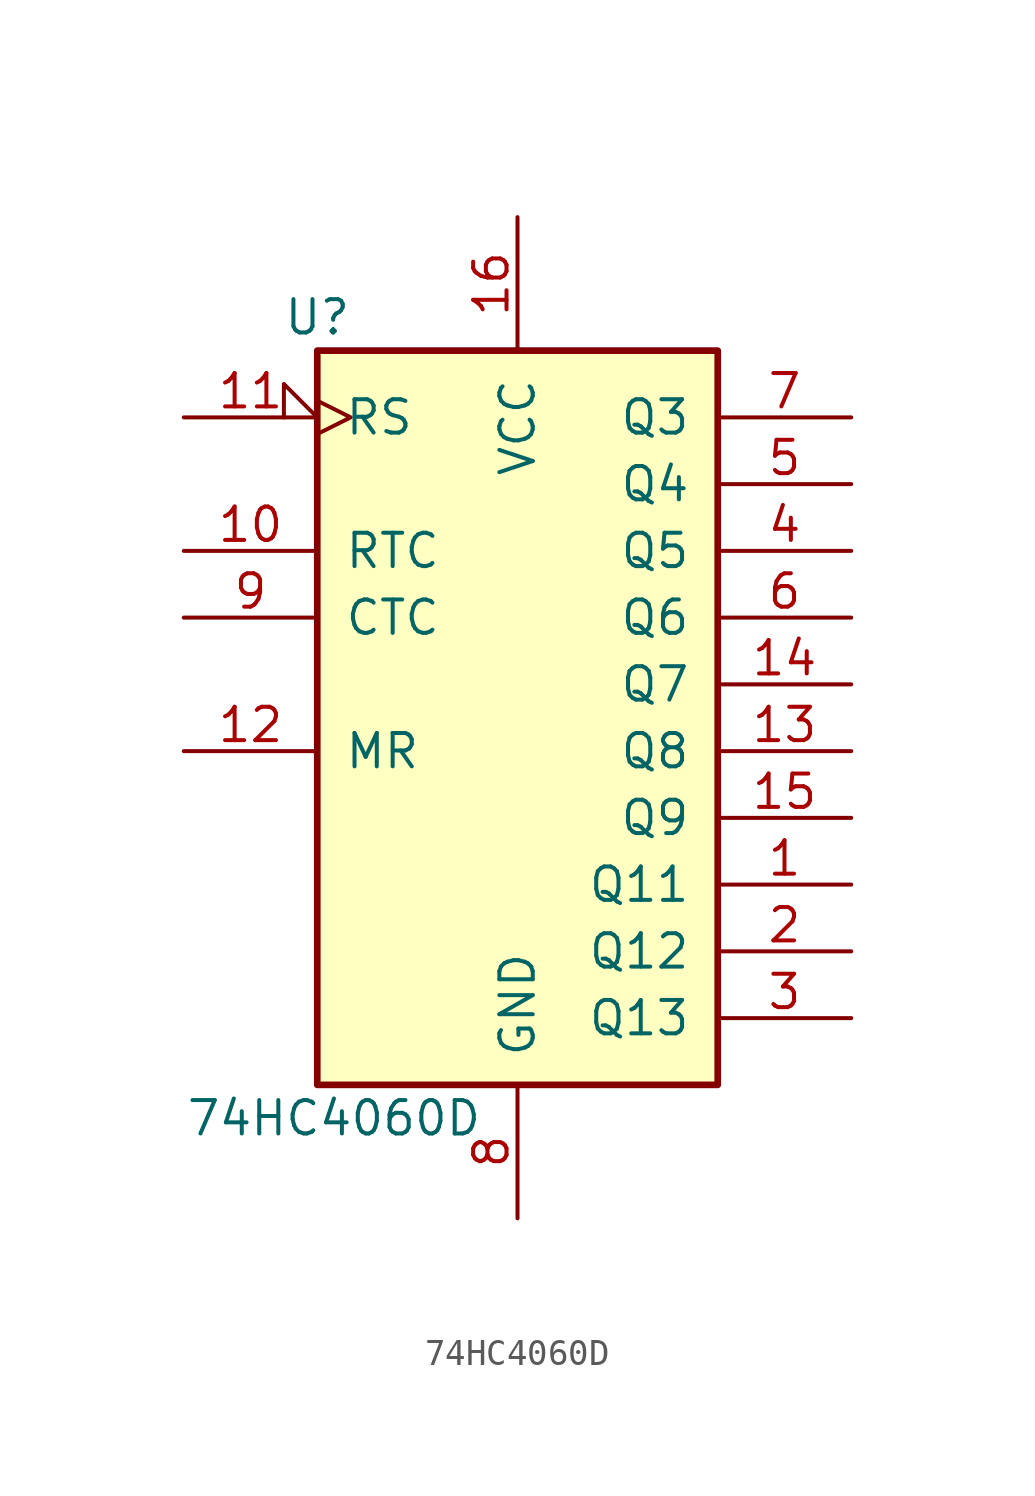
<source format=kicad_sym>
(kicad_symbol_lib
  (version 20220914)
  (generator kicad_symbol_editor)
  (symbol "74HC4060D"
    (pin_names
      (offset 1.016))
    (property "Reference" "U"
      (at -7.62 16.51 0)
      (effects (font (size 1.27 1.27))))
    (property "Value" "74HC4060D"
      (at -6.985 -13.97 0)
      (effects (font (size 1.27 1.27))))
    (symbol "74HC4060D_1_0"
      (pin output line (at 12.7 -5.08 180) (length 5.08) (name "Q11" (effects (font (size 1.27 1.27)))) (number "1" (effects (font (size 1.27 1.27)))))
      (pin output line (at -12.7 7.62 0) (length 5.08) (name "RTC" (effects (font (size 1.27 1.27)))) (number "10" (effects (font (size 1.27 1.27)))))
      (pin input clock_low (at -12.7 12.7 0) (length 5.08) (name "RS" (effects (font (size 1.27 1.27)))) (number "11" (effects (font (size 1.27 1.27)))))
      (pin input line (at -12.7 0 0) (length 5.08) (name "MR" (effects (font (size 1.27 1.27)))) (number "12" (effects (font (size 1.27 1.27)))))
      (pin output line (at 12.7 0 180) (length 5.08) (name "Q8" (effects (font (size 1.27 1.27)))) (number "13" (effects (font (size 1.27 1.27)))))
      (pin output line (at 12.7 2.54 180) (length 5.08) (name "Q7" (effects (font (size 1.27 1.27)))) (number "14" (effects (font (size 1.27 1.27)))))
      (pin output line (at 12.7 -2.54 180) (length 5.08) (name "Q9" (effects (font (size 1.27 1.27)))) (number "15" (effects (font (size 1.27 1.27)))))
      (pin power_in line (at 0 20.32 270) (length 5.08) (name "VCC" (effects (font (size 1.27 1.27)))) (number "16" (effects (font (size 1.27 1.27)))))
      (pin output line (at 12.7 -7.62 180) (length 5.08) (name "Q12" (effects (font (size 1.27 1.27)))) (number "2" (effects (font (size 1.27 1.27)))))
      (pin output line (at 12.7 -10.16 180) (length 5.08) (name "Q13" (effects (font (size 1.27 1.27)))) (number "3" (effects (font (size 1.27 1.27)))))
      (pin output line (at 12.7 7.62 180) (length 5.08) (name "Q5" (effects (font (size 1.27 1.27)))) (number "4" (effects (font (size 1.27 1.27)))))
      (pin output line (at 12.7 10.16 180) (length 5.08) (name "Q4" (effects (font (size 1.27 1.27)))) (number "5" (effects (font (size 1.27 1.27)))))
      (pin output line (at 12.7 5.08 180) (length 5.08) (name "Q6" (effects (font (size 1.27 1.27)))) (number "6" (effects (font (size 1.27 1.27)))))
      (pin output line (at 12.7 12.7 180) (length 5.08) (name "Q3" (effects (font (size 1.27 1.27)))) (number "7" (effects (font (size 1.27 1.27)))))
      (pin power_in line (at 0 -17.78 90) (length 5.08) (name "GND" (effects (font (size 1.27 1.27)))) (number "8" (effects (font (size 1.27 1.27)))))
      (pin output line (at -12.7 5.08 0) (length 5.08) (name "CTC" (effects (font (size 1.27 1.27)))) (number "9" (effects (font (size 1.27 1.27))))))
    (symbol "74HC4060D_1_1"
      (rectangle (start -7.62 15.24) (end 7.62 -12.7) (stroke (width 0.254) (type default)) (fill (type background))))))
</source>
